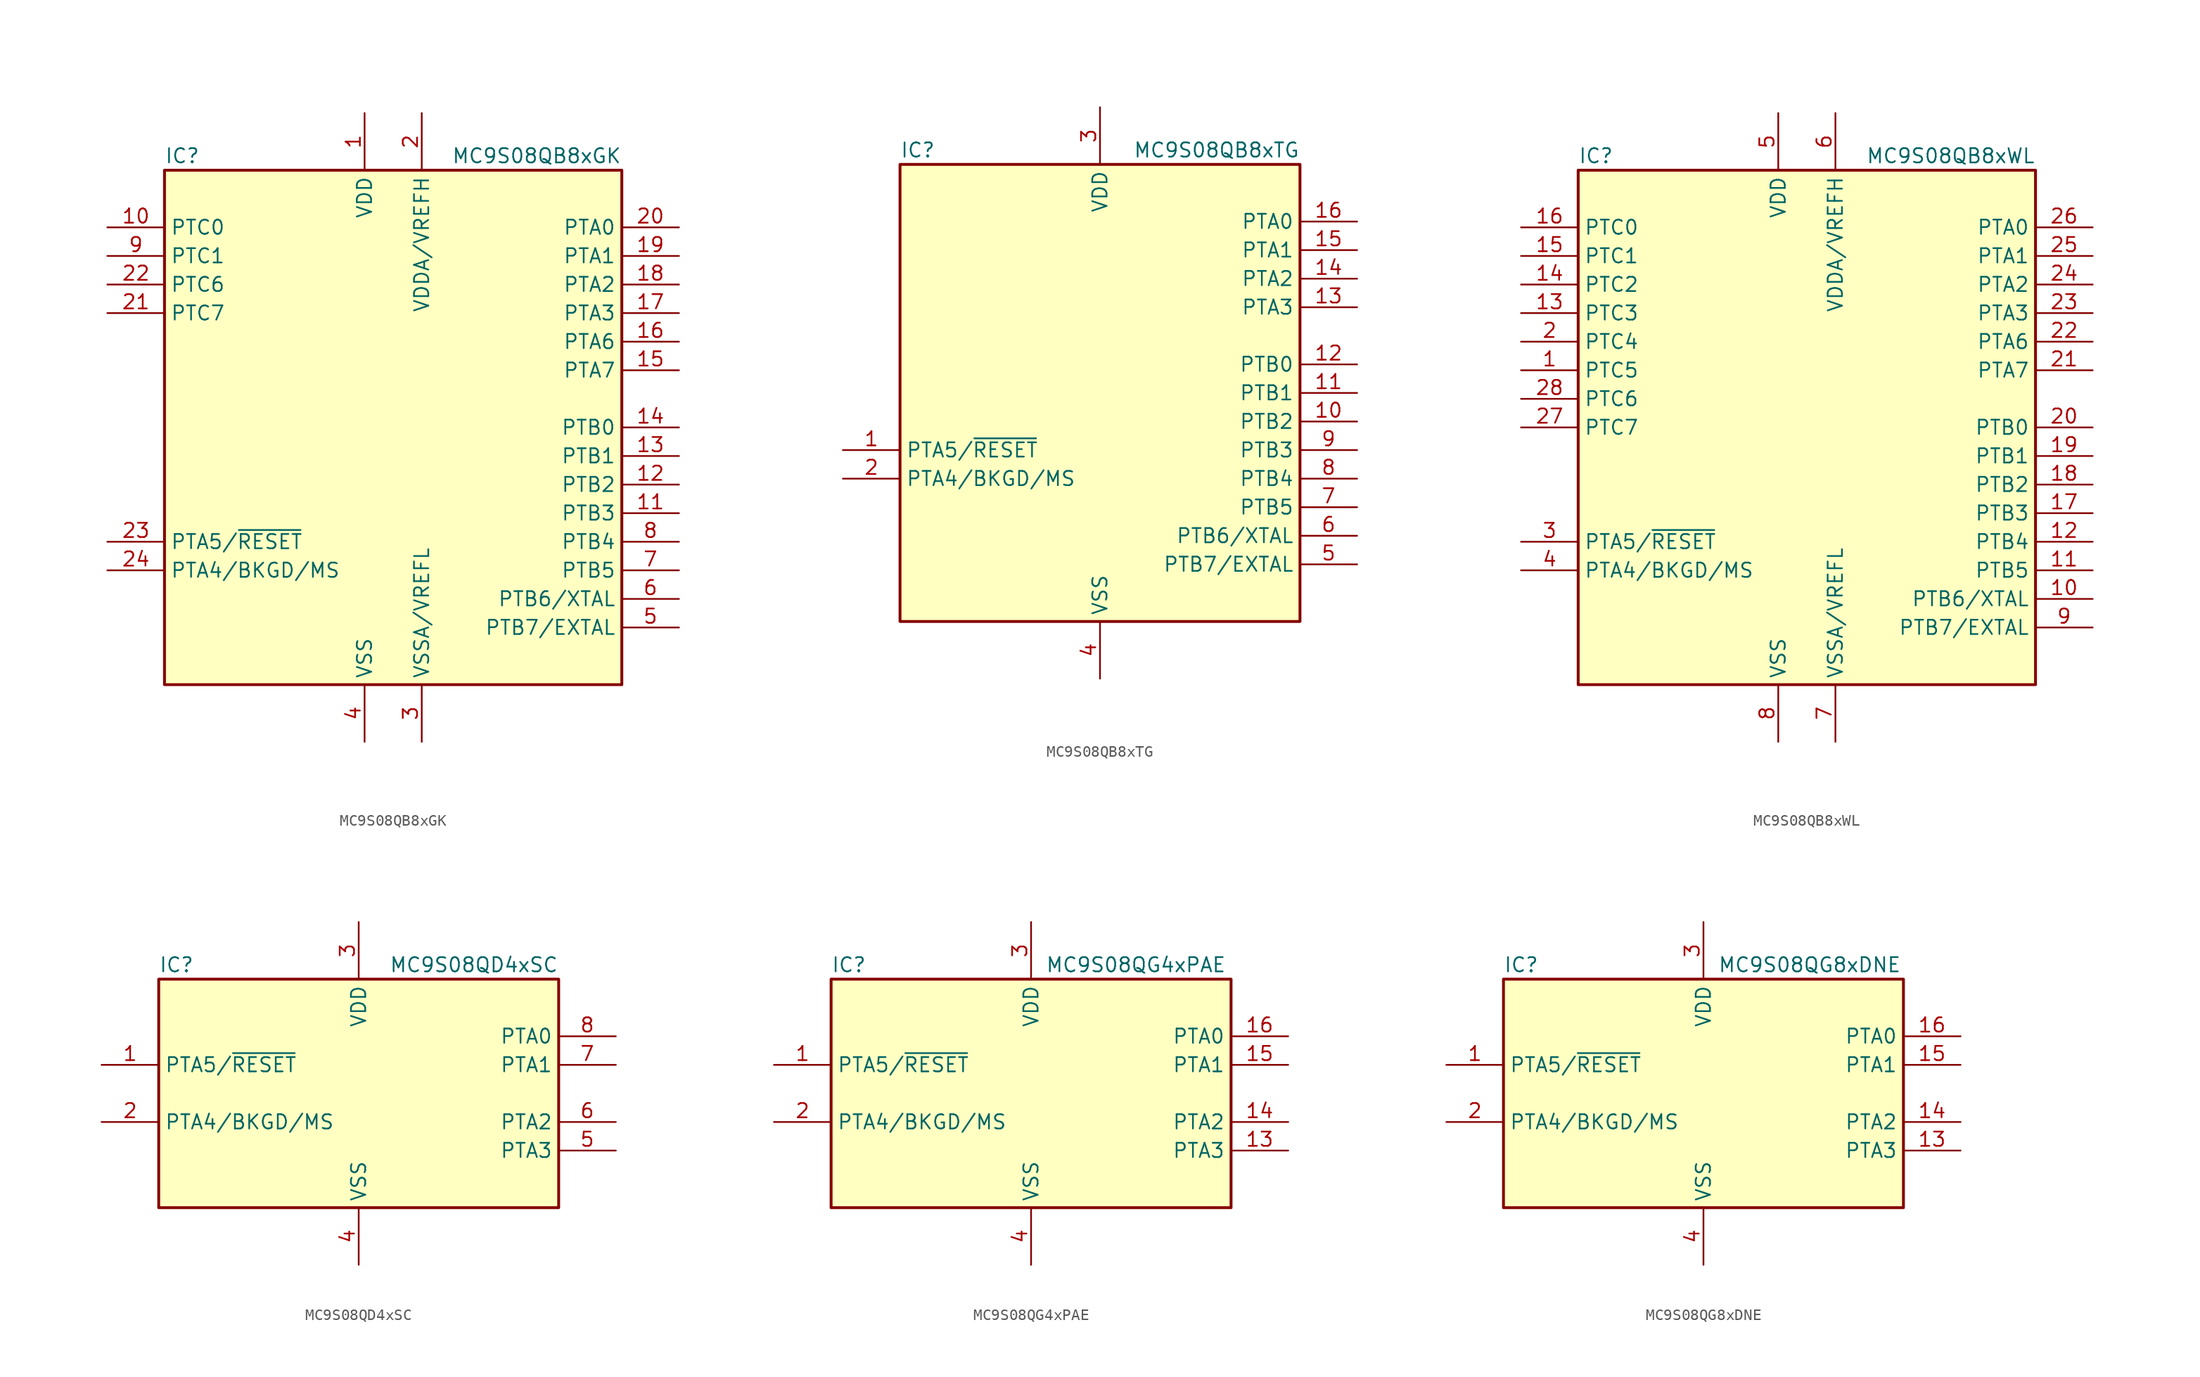
<source format=kicad_sym>
(kicad_symbol_lib
  (version 20241209)
  (generator "kicad_symbol_editor")
  (generator_version "9.0")
  (symbol "MC9S08QB8xGK"
    (property "Reference" "IC"
      (at -20.32 24.13 0)
      (effects (font (size 1.27 1.27)) (justify left)))
    (property "Value" "MC9S08QB8xGK"
      (at 20.32 24.13 0)
      (effects (font (size 1.27 1.27)) (justify right)))
    (symbol "MC9S08QB8xGK_0_1"
      (rectangle (start -20.32 22.86) (end 20.32 -22.86) (stroke (width 0.254) (type default)) (fill (type background))))
    (symbol "MC9S08QB8xGK_1_1"
      (pin bidirectional line (at -25.4 17.78 0) (length 5.08) (name "PTC0" (effects (font (size 1.27 1.27)))) (number "10" (effects (font (size 1.27 1.27)))))
      (pin bidirectional line (at -25.4 15.24 0) (length 5.08) (name "PTC1" (effects (font (size 1.27 1.27)))) (number "9" (effects (font (size 1.27 1.27)))))
      (pin bidirectional line (at -25.4 12.7 0) (length 5.08) (name "PTC6" (effects (font (size 1.27 1.27)))) (number "22" (effects (font (size 1.27 1.27)))))
      (pin bidirectional line (at -25.4 10.16 0) (length 5.08) (name "PTC7" (effects (font (size 1.27 1.27)))) (number "21" (effects (font (size 1.27 1.27)))))
      (pin bidirectional line (at -25.4 -10.16 0) (length 5.08) (name "PTA5/~{RESET}" (effects (font (size 1.27 1.27)))) (number "23" (effects (font (size 1.27 1.27)))))
      (pin bidirectional line (at -25.4 -12.7 0) (length 5.08) (name "PTA4/BKGD/MS" (effects (font (size 1.27 1.27)))) (number "24" (effects (font (size 1.27 1.27)))))
      (pin power_in line (at -2.54 27.94 270) (length 5.08) (name "VDD" (effects (font (size 1.27 1.27)))) (number "1" (effects (font (size 1.27 1.27)))))
      (pin power_in line (at -2.54 -27.94 90) (length 5.08) (name "VSS" (effects (font (size 1.27 1.27)))) (number "4" (effects (font (size 1.27 1.27)))))
      (pin power_in line (at 2.54 27.94 270) (length 5.08) (name "VDDA/VREFH" (effects (font (size 1.27 1.27)))) (number "2" (effects (font (size 1.27 1.27)))))
      (pin power_in line (at 2.54 -27.94 90) (length 5.08) (name "VSSA/VREFL" (effects (font (size 1.27 1.27)))) (number "3" (effects (font (size 1.27 1.27)))))
      (pin bidirectional line (at 25.4 17.78 180) (length 5.08) (name "PTA0" (effects (font (size 1.27 1.27)))) (number "20" (effects (font (size 1.27 1.27)))))
      (pin bidirectional line (at 25.4 15.24 180) (length 5.08) (name "PTA1" (effects (font (size 1.27 1.27)))) (number "19" (effects (font (size 1.27 1.27)))))
      (pin bidirectional line (at 25.4 12.7 180) (length 5.08) (name "PTA2" (effects (font (size 1.27 1.27)))) (number "18" (effects (font (size 1.27 1.27)))))
      (pin bidirectional line (at 25.4 10.16 180) (length 5.08) (name "PTA3" (effects (font (size 1.27 1.27)))) (number "17" (effects (font (size 1.27 1.27)))))
      (pin bidirectional line (at 25.4 7.62 180) (length 5.08) (name "PTA6" (effects (font (size 1.27 1.27)))) (number "16" (effects (font (size 1.27 1.27)))))
      (pin bidirectional line (at 25.4 5.08 180) (length 5.08) (name "PTA7" (effects (font (size 1.27 1.27)))) (number "15" (effects (font (size 1.27 1.27)))))
      (pin bidirectional line (at 25.4 0 180) (length 5.08) (name "PTB0" (effects (font (size 1.27 1.27)))) (number "14" (effects (font (size 1.27 1.27)))))
      (pin bidirectional line (at 25.4 -2.54 180) (length 5.08) (name "PTB1" (effects (font (size 1.27 1.27)))) (number "13" (effects (font (size 1.27 1.27)))))
      (pin bidirectional line (at 25.4 -5.08 180) (length 5.08) (name "PTB2" (effects (font (size 1.27 1.27)))) (number "12" (effects (font (size 1.27 1.27)))))
      (pin bidirectional line (at 25.4 -7.62 180) (length 5.08) (name "PTB3" (effects (font (size 1.27 1.27)))) (number "11" (effects (font (size 1.27 1.27)))))
      (pin bidirectional line (at 25.4 -10.16 180) (length 5.08) (name "PTB4" (effects (font (size 1.27 1.27)))) (number "8" (effects (font (size 1.27 1.27)))))
      (pin bidirectional line (at 25.4 -12.7 180) (length 5.08) (name "PTB5" (effects (font (size 1.27 1.27)))) (number "7" (effects (font (size 1.27 1.27)))))
      (pin bidirectional line (at 25.4 -15.24 180) (length 5.08) (name "PTB6/XTAL" (effects (font (size 1.27 1.27)))) (number "6" (effects (font (size 1.27 1.27)))))
      (pin bidirectional line (at 25.4 -17.78 180) (length 5.08) (name "PTB7/EXTAL" (effects (font (size 1.27 1.27)))) (number "5" (effects (font (size 1.27 1.27)))))))
  (symbol "MC9S08QB8xTG"
    (property "Reference" "IC"
      (at -17.78 21.59 0)
      (effects (font (size 1.27 1.27)) (justify left)))
    (property "Value" "MC9S08QB8xTG"
      (at 17.78 21.59 0)
      (effects (font (size 1.27 1.27)) (justify right)))
    (symbol "MC9S08QB8xTG_0_1"
      (rectangle (start -17.78 20.32) (end 17.78 -20.32) (stroke (width 0.254) (type default)) (fill (type background))))
    (symbol "MC9S08QB8xTG_1_1"
      (pin bidirectional line (at -22.86 -5.08 0) (length 5.08) (name "PTA5/~{RESET}" (effects (font (size 1.27 1.27)))) (number "1" (effects (font (size 1.27 1.27)))))
      (pin bidirectional line (at -22.86 -7.62 0) (length 5.08) (name "PTA4/BKGD/MS" (effects (font (size 1.27 1.27)))) (number "2" (effects (font (size 1.27 1.27)))))
      (pin power_in line (at 0 25.4 270) (length 5.08) (name "VDD" (effects (font (size 1.27 1.27)))) (number "3" (effects (font (size 1.27 1.27)))))
      (pin power_in line (at 0 -25.4 90) (length 5.08) (name "VSS" (effects (font (size 1.27 1.27)))) (number "4" (effects (font (size 1.27 1.27)))))
      (pin bidirectional line (at 22.86 15.24 180) (length 5.08) (name "PTA0" (effects (font (size 1.27 1.27)))) (number "16" (effects (font (size 1.27 1.27)))))
      (pin bidirectional line (at 22.86 12.7 180) (length 5.08) (name "PTA1" (effects (font (size 1.27 1.27)))) (number "15" (effects (font (size 1.27 1.27)))))
      (pin bidirectional line (at 22.86 10.16 180) (length 5.08) (name "PTA2" (effects (font (size 1.27 1.27)))) (number "14" (effects (font (size 1.27 1.27)))))
      (pin bidirectional line (at 22.86 7.62 180) (length 5.08) (name "PTA3" (effects (font (size 1.27 1.27)))) (number "13" (effects (font (size 1.27 1.27)))))
      (pin bidirectional line (at 22.86 2.54 180) (length 5.08) (name "PTB0" (effects (font (size 1.27 1.27)))) (number "12" (effects (font (size 1.27 1.27)))))
      (pin bidirectional line (at 22.86 0 180) (length 5.08) (name "PTB1" (effects (font (size 1.27 1.27)))) (number "11" (effects (font (size 1.27 1.27)))))
      (pin bidirectional line (at 22.86 -2.54 180) (length 5.08) (name "PTB2" (effects (font (size 1.27 1.27)))) (number "10" (effects (font (size 1.27 1.27)))))
      (pin bidirectional line (at 22.86 -5.08 180) (length 5.08) (name "PTB3" (effects (font (size 1.27 1.27)))) (number "9" (effects (font (size 1.27 1.27)))))
      (pin bidirectional line (at 22.86 -7.62 180) (length 5.08) (name "PTB4" (effects (font (size 1.27 1.27)))) (number "8" (effects (font (size 1.27 1.27)))))
      (pin bidirectional line (at 22.86 -10.16 180) (length 5.08) (name "PTB5" (effects (font (size 1.27 1.27)))) (number "7" (effects (font (size 1.27 1.27)))))
      (pin bidirectional line (at 22.86 -12.7 180) (length 5.08) (name "PTB6/XTAL" (effects (font (size 1.27 1.27)))) (number "6" (effects (font (size 1.27 1.27)))))
      (pin bidirectional line (at 22.86 -15.24 180) (length 5.08) (name "PTB7/EXTAL" (effects (font (size 1.27 1.27)))) (number "5" (effects (font (size 1.27 1.27)))))))
  (symbol "MC9S08QB8xWL"
    (property "Reference" "IC"
      (at -20.32 24.13 0)
      (effects (font (size 1.27 1.27)) (justify left)))
    (property "Value" "MC9S08QB8xWL"
      (at 20.32 24.13 0)
      (effects (font (size 1.27 1.27)) (justify right)))
    (symbol "MC9S08QB8xWL_0_1"
      (rectangle (start -20.32 22.86) (end 20.32 -22.86) (stroke (width 0.254) (type default)) (fill (type background))))
    (symbol "MC9S08QB8xWL_1_1"
      (pin bidirectional line (at -25.4 17.78 0) (length 5.08) (name "PTC0" (effects (font (size 1.27 1.27)))) (number "16" (effects (font (size 1.27 1.27)))))
      (pin bidirectional line (at -25.4 15.24 0) (length 5.08) (name "PTC1" (effects (font (size 1.27 1.27)))) (number "15" (effects (font (size 1.27 1.27)))))
      (pin bidirectional line (at -25.4 12.7 0) (length 5.08) (name "PTC2" (effects (font (size 1.27 1.27)))) (number "14" (effects (font (size 1.27 1.27)))))
      (pin bidirectional line (at -25.4 10.16 0) (length 5.08) (name "PTC3" (effects (font (size 1.27 1.27)))) (number "13" (effects (font (size 1.27 1.27)))))
      (pin bidirectional line (at -25.4 7.62 0) (length 5.08) (name "PTC4" (effects (font (size 1.27 1.27)))) (number "2" (effects (font (size 1.27 1.27)))))
      (pin bidirectional line (at -25.4 5.08 0) (length 5.08) (name "PTC5" (effects (font (size 1.27 1.27)))) (number "1" (effects (font (size 1.27 1.27)))))
      (pin bidirectional line (at -25.4 2.54 0) (length 5.08) (name "PTC6" (effects (font (size 1.27 1.27)))) (number "28" (effects (font (size 1.27 1.27)))))
      (pin bidirectional line (at -25.4 0 0) (length 5.08) (name "PTC7" (effects (font (size 1.27 1.27)))) (number "27" (effects (font (size 1.27 1.27)))))
      (pin bidirectional line (at -25.4 -10.16 0) (length 5.08) (name "PTA5/~{RESET}" (effects (font (size 1.27 1.27)))) (number "3" (effects (font (size 1.27 1.27)))))
      (pin bidirectional line (at -25.4 -12.7 0) (length 5.08) (name "PTA4/BKGD/MS" (effects (font (size 1.27 1.27)))) (number "4" (effects (font (size 1.27 1.27)))))
      (pin power_in line (at -2.54 27.94 270) (length 5.08) (name "VDD" (effects (font (size 1.27 1.27)))) (number "5" (effects (font (size 1.27 1.27)))))
      (pin power_in line (at -2.54 -27.94 90) (length 5.08) (name "VSS" (effects (font (size 1.27 1.27)))) (number "8" (effects (font (size 1.27 1.27)))))
      (pin power_in line (at 2.54 27.94 270) (length 5.08) (name "VDDA/VREFH" (effects (font (size 1.27 1.27)))) (number "6" (effects (font (size 1.27 1.27)))))
      (pin power_in line (at 2.54 -27.94 90) (length 5.08) (name "VSSA/VREFL" (effects (font (size 1.27 1.27)))) (number "7" (effects (font (size 1.27 1.27)))))
      (pin bidirectional line (at 25.4 17.78 180) (length 5.08) (name "PTA0" (effects (font (size 1.27 1.27)))) (number "26" (effects (font (size 1.27 1.27)))))
      (pin bidirectional line (at 25.4 15.24 180) (length 5.08) (name "PTA1" (effects (font (size 1.27 1.27)))) (number "25" (effects (font (size 1.27 1.27)))))
      (pin bidirectional line (at 25.4 12.7 180) (length 5.08) (name "PTA2" (effects (font (size 1.27 1.27)))) (number "24" (effects (font (size 1.27 1.27)))))
      (pin bidirectional line (at 25.4 10.16 180) (length 5.08) (name "PTA3" (effects (font (size 1.27 1.27)))) (number "23" (effects (font (size 1.27 1.27)))))
      (pin bidirectional line (at 25.4 7.62 180) (length 5.08) (name "PTA6" (effects (font (size 1.27 1.27)))) (number "22" (effects (font (size 1.27 1.27)))))
      (pin bidirectional line (at 25.4 5.08 180) (length 5.08) (name "PTA7" (effects (font (size 1.27 1.27)))) (number "21" (effects (font (size 1.27 1.27)))))
      (pin bidirectional line (at 25.4 0 180) (length 5.08) (name "PTB0" (effects (font (size 1.27 1.27)))) (number "20" (effects (font (size 1.27 1.27)))))
      (pin bidirectional line (at 25.4 -2.54 180) (length 5.08) (name "PTB1" (effects (font (size 1.27 1.27)))) (number "19" (effects (font (size 1.27 1.27)))))
      (pin bidirectional line (at 25.4 -5.08 180) (length 5.08) (name "PTB2" (effects (font (size 1.27 1.27)))) (number "18" (effects (font (size 1.27 1.27)))))
      (pin bidirectional line (at 25.4 -7.62 180) (length 5.08) (name "PTB3" (effects (font (size 1.27 1.27)))) (number "17" (effects (font (size 1.27 1.27)))))
      (pin bidirectional line (at 25.4 -10.16 180) (length 5.08) (name "PTB4" (effects (font (size 1.27 1.27)))) (number "12" (effects (font (size 1.27 1.27)))))
      (pin bidirectional line (at 25.4 -12.7 180) (length 5.08) (name "PTB5" (effects (font (size 1.27 1.27)))) (number "11" (effects (font (size 1.27 1.27)))))
      (pin bidirectional line (at 25.4 -15.24 180) (length 5.08) (name "PTB6/XTAL" (effects (font (size 1.27 1.27)))) (number "10" (effects (font (size 1.27 1.27)))))
      (pin bidirectional line (at 25.4 -17.78 180) (length 5.08) (name "PTB7/EXTAL" (effects (font (size 1.27 1.27)))) (number "9" (effects (font (size 1.27 1.27)))))))
  (symbol "MC9S08QD4xSC"
    (property "Reference" "IC"
      (at -17.78 11.43 0)
      (effects (font (size 1.27 1.27)) (justify left)))
    (property "Value" "MC9S08QD4xSC"
      (at 17.78 11.43 0)
      (effects (font (size 1.27 1.27)) (justify right)))
    (symbol "MC9S08QD4xSC_0_1"
      (rectangle (start -17.78 10.16) (end 17.78 -10.16) (stroke (width 0.254) (type default)) (fill (type background))))
    (symbol "MC9S08QD4xSC_1_1"
      (pin bidirectional line (at -22.86 2.54 0) (length 5.08) (name "PTA5/~{RESET}" (effects (font (size 1.27 1.27)))) (number "1" (effects (font (size 1.27 1.27)))))
      (pin bidirectional line (at -22.86 -2.54 0) (length 5.08) (name "PTA4/BKGD/MS" (effects (font (size 1.27 1.27)))) (number "2" (effects (font (size 1.27 1.27)))))
      (pin power_in line (at 0 15.24 270) (length 5.08) (name "VDD" (effects (font (size 1.27 1.27)))) (number "3" (effects (font (size 1.27 1.27)))))
      (pin power_in line (at 0 -15.24 90) (length 5.08) (name "VSS" (effects (font (size 1.27 1.27)))) (number "4" (effects (font (size 1.27 1.27)))))
      (pin bidirectional line (at 22.86 5.08 180) (length 5.08) (name "PTA0" (effects (font (size 1.27 1.27)))) (number "8" (effects (font (size 1.27 1.27)))))
      (pin bidirectional line (at 22.86 2.54 180) (length 5.08) (name "PTA1" (effects (font (size 1.27 1.27)))) (number "7" (effects (font (size 1.27 1.27)))))
      (pin bidirectional line (at 22.86 -2.54 180) (length 5.08) (name "PTA2" (effects (font (size 1.27 1.27)))) (number "6" (effects (font (size 1.27 1.27)))))
      (pin bidirectional line (at 22.86 -5.08 180) (length 5.08) (name "PTA3" (effects (font (size 1.27 1.27)))) (number "5" (effects (font (size 1.27 1.27)))))))
  (symbol "MC9S08QG4xPAE"
    (property "Reference" "IC"
      (at -17.78 11.43 0)
      (effects (font (size 1.27 1.27)) (justify left)))
    (property "Value" "MC9S08QG4xPAE"
      (at 1.27 11.43 0)
      (effects (font (size 1.27 1.27)) (justify left)))
    (symbol "MC9S08QG4xPAE_0_1"
      (rectangle (start -17.78 10.16) (end 17.78 -10.16) (stroke (width 0.254) (type default)) (fill (type background))))
    (symbol "MC9S08QG4xPAE_1_1"
      (pin bidirectional line (at -22.86 2.54 0) (length 5.08) (name "PTA5/~{RESET}" (effects (font (size 1.27 1.27)))) (number "1" (effects (font (size 1.27 1.27)))))
      (pin bidirectional line (at -22.86 -2.54 0) (length 5.08) (name "PTA4/BKGD/MS" (effects (font (size 1.27 1.27)))) (number "2" (effects (font (size 1.27 1.27)))))
      (pin power_in line (at 0 15.24 270) (length 5.08) (name "VDD" (effects (font (size 1.27 1.27)))) (number "3" (effects (font (size 1.27 1.27)))))
      (pin power_in line (at 0 -15.24 90) (length 5.08) (name "VSS" (effects (font (size 1.27 1.27)))) (number "4" (effects (font (size 1.27 1.27)))))
      (pin bidirectional line (at 22.86 5.08 180) (length 5.08) (name "PTA0" (effects (font (size 1.27 1.27)))) (number "16" (effects (font (size 1.27 1.27)))))
      (pin bidirectional line (at 22.86 2.54 180) (length 5.08) (name "PTA1" (effects (font (size 1.27 1.27)))) (number "15" (effects (font (size 1.27 1.27)))))
      (pin bidirectional line (at 22.86 -2.54 180) (length 5.08) (name "PTA2" (effects (font (size 1.27 1.27)))) (number "14" (effects (font (size 1.27 1.27)))))
      (pin bidirectional line (at 22.86 -5.08 180) (length 5.08) (name "PTA3" (effects (font (size 1.27 1.27)))) (number "13" (effects (font (size 1.27 1.27)))))))
  (symbol "MC9S08QG8xDNE"
    (property "Reference" "IC"
      (at -17.78 11.43 0)
      (effects (font (size 1.27 1.27)) (justify left)))
    (property "Value" "MC9S08QG8xDNE"
      (at 1.27 11.43 0)
      (effects (font (size 1.27 1.27)) (justify left)))
    (symbol "MC9S08QG8xDNE_0_1"
      (rectangle (start -17.78 10.16) (end 17.78 -10.16) (stroke (width 0.254) (type default)) (fill (type background))))
    (symbol "MC9S08QG8xDNE_1_1"
      (pin bidirectional line (at -22.86 2.54 0) (length 5.08) (name "PTA5/~{RESET}" (effects (font (size 1.27 1.27)))) (number "1" (effects (font (size 1.27 1.27)))))
      (pin bidirectional line (at -22.86 -2.54 0) (length 5.08) (name "PTA4/BKGD/MS" (effects (font (size 1.27 1.27)))) (number "2" (effects (font (size 1.27 1.27)))))
      (pin power_in line (at 0 15.24 270) (length 5.08) (name "VDD" (effects (font (size 1.27 1.27)))) (number "3" (effects (font (size 1.27 1.27)))))
      (pin power_in line (at 0 -15.24 90) (length 5.08) (name "VSS" (effects (font (size 1.27 1.27)))) (number "4" (effects (font (size 1.27 1.27)))))
      (pin bidirectional line (at 22.86 5.08 180) (length 5.08) (name "PTA0" (effects (font (size 1.27 1.27)))) (number "16" (effects (font (size 1.27 1.27)))))
      (pin bidirectional line (at 22.86 2.54 180) (length 5.08) (name "PTA1" (effects (font (size 1.27 1.27)))) (number "15" (effects (font (size 1.27 1.27)))))
      (pin bidirectional line (at 22.86 -2.54 180) (length 5.08) (name "PTA2" (effects (font (size 1.27 1.27)))) (number "14" (effects (font (size 1.27 1.27)))))
      (pin bidirectional line (at 22.86 -5.08 180) (length 5.08) (name "PTA3" (effects (font (size 1.27 1.27)))) (number "13" (effects (font (size 1.27 1.27))))))))
</source>
